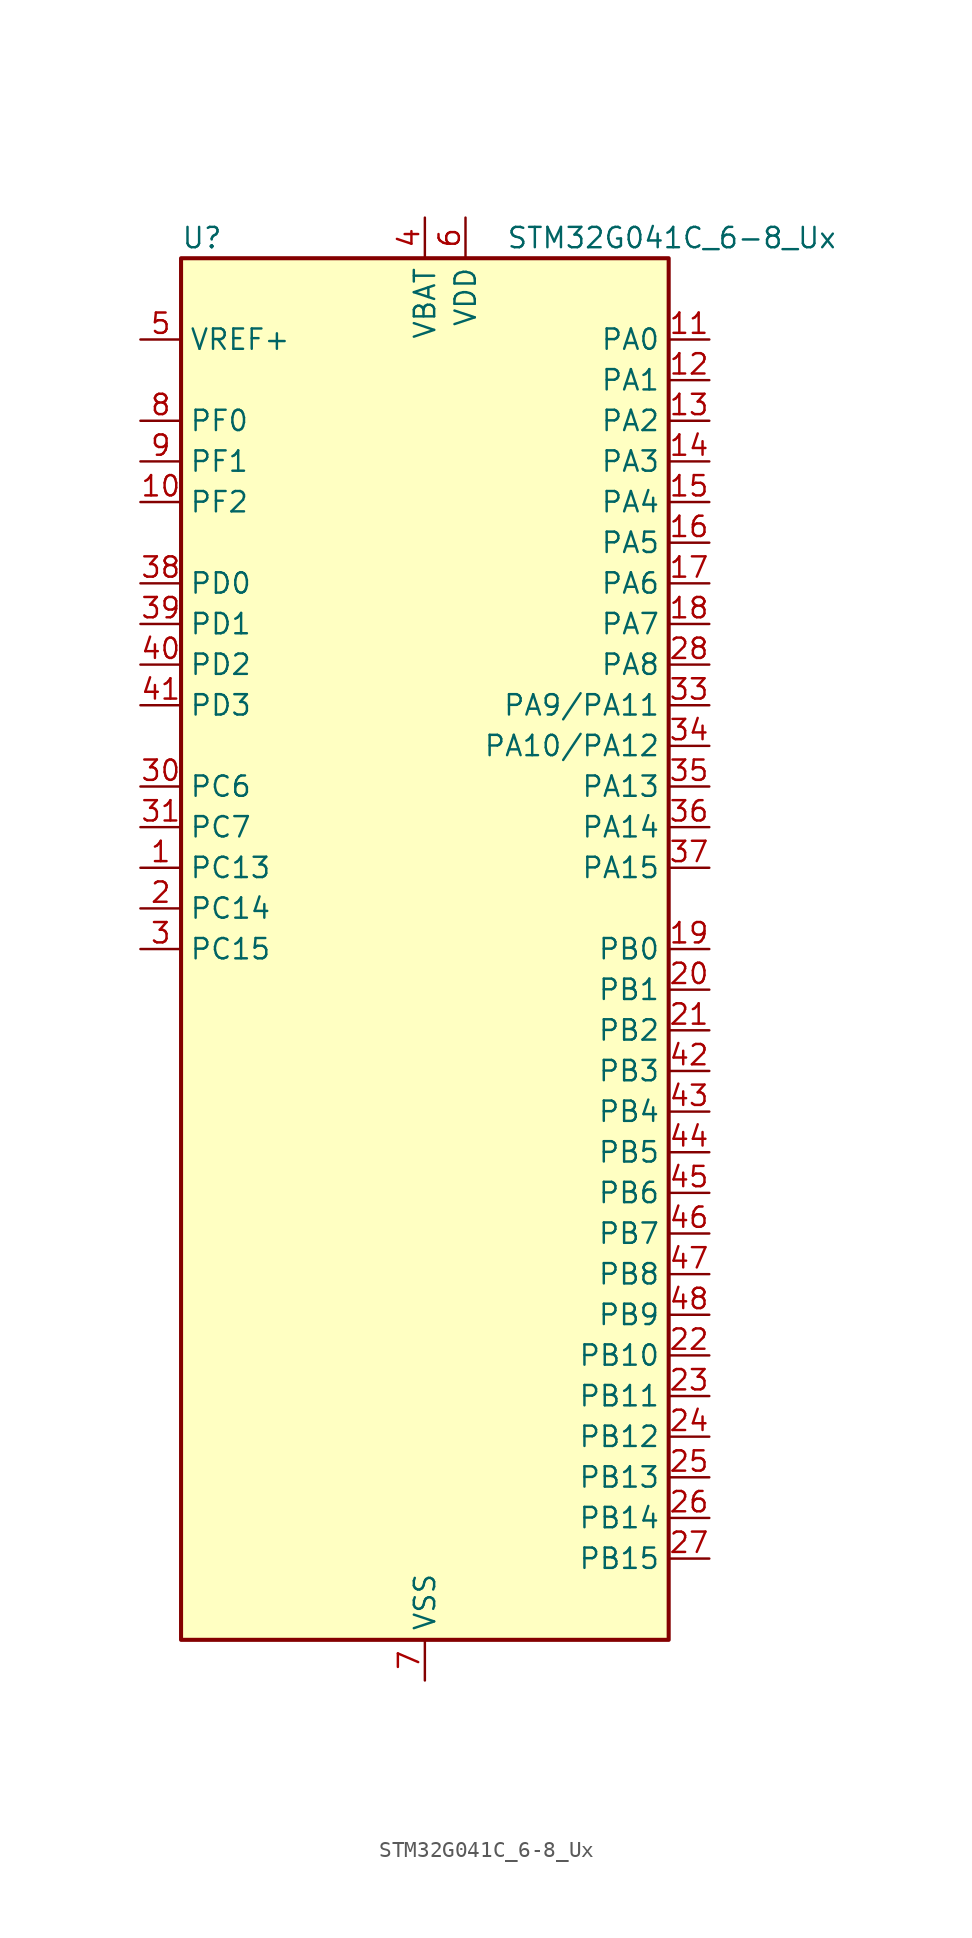
<source format=kicad_sym>
(kicad_symbol_lib
  (version 20241209)
  (generator "kicad_symbol_editor")
  (generator_version "9.0")
  (symbol "STM32G041C_6-8_Ux"
    (property "Reference" "U"
      (at -15.24 44.45 0)
      (effects (font (size 1.27 1.27)) (justify left)))
    (property "Value" "STM32G041C_6-8_Ux"
      (at 5.08 44.45 0)
      (effects (font (size 1.27 1.27)) (justify left)))
    (symbol "STM32G041C_6-8_Ux_0_1"
      (rectangle (start -15.24 -43.18) (end 15.24 43.18) (stroke (width 0.254) (type default)) (fill (type background))))
    (symbol "STM32G041C_6-8_Ux_1_1"
      (pin input line (at -17.78 38.1 0) (length 2.54) (name "VREF+" (effects (font (size 1.27 1.27)))) (number "5" (effects (font (size 1.27 1.27)))) (alternate "VREFBUF_OUT" bidirectional line))
      (pin bidirectional line (at -17.78 33.02 0) (length 2.54) (name "PF0" (effects (font (size 1.27 1.27)))) (number "8" (effects (font (size 1.27 1.27)))) (alternate "RCC_OSC_IN" bidirectional line) (alternate "TIM14_CH1" bidirectional line))
      (pin bidirectional line (at -17.78 30.48 0) (length 2.54) (name "PF1" (effects (font (size 1.27 1.27)))) (number "9" (effects (font (size 1.27 1.27)))) (alternate "RCC_OSC_EN" bidirectional line) (alternate "RCC_OSC_OUT" bidirectional line))
      (pin bidirectional line (at -17.78 27.94 0) (length 2.54) (name "PF2" (effects (font (size 1.27 1.27)))) (number "10" (effects (font (size 1.27 1.27)))) (alternate "RCC_MCO" bidirectional line))
      (pin bidirectional line (at -17.78 22.86 0) (length 2.54) (name "PD0" (effects (font (size 1.27 1.27)))) (number "38" (effects (font (size 1.27 1.27)))) (alternate "SPI2_NSS" bidirectional line) (alternate "TIM16_CH1" bidirectional line))
      (pin bidirectional line (at -17.78 20.32 0) (length 2.54) (name "PD1" (effects (font (size 1.27 1.27)))) (number "39" (effects (font (size 1.27 1.27)))) (alternate "SPI2_SCK" bidirectional line) (alternate "TIM17_CH1" bidirectional line))
      (pin bidirectional line (at -17.78 17.78 0) (length 2.54) (name "PD2" (effects (font (size 1.27 1.27)))) (number "40" (effects (font (size 1.27 1.27)))) (alternate "TIM1_CH1N" bidirectional line) (alternate "TIM3_ETR" bidirectional line))
      (pin bidirectional line (at -17.78 15.24 0) (length 2.54) (name "PD3" (effects (font (size 1.27 1.27)))) (number "41" (effects (font (size 1.27 1.27)))) (alternate "SPI2_MISO" bidirectional line) (alternate "TIM1_CH2N" bidirectional line) (alternate "USART2_CTS" bidirectional line) (alternate "USART2_NSS" bidirectional line))
      (pin bidirectional line (at -17.78 10.16 0) (length 2.54) (name "PC6" (effects (font (size 1.27 1.27)))) (number "30" (effects (font (size 1.27 1.27)))) (alternate "TIM2_CH3" bidirectional line) (alternate "TIM3_CH1" bidirectional line))
      (pin bidirectional line (at -17.78 7.62 0) (length 2.54) (name "PC7" (effects (font (size 1.27 1.27)))) (number "31" (effects (font (size 1.27 1.27)))) (alternate "TIM2_CH4" bidirectional line) (alternate "TIM3_CH2" bidirectional line))
      (pin bidirectional line (at -17.78 5.08 0) (length 2.54) (name "PC13" (effects (font (size 1.27 1.27)))) (number "1" (effects (font (size 1.27 1.27)))) (alternate "RTC_OUT_ALARM" bidirectional line) (alternate "RTC_OUT_CALIB" bidirectional line) (alternate "RTC_TAMP_IN1" bidirectional line) (alternate "RTC_TS" bidirectional line) (alternate "SYS_WKUP2" bidirectional line) (alternate "TIM1_BK" bidirectional line))
      (pin bidirectional line (at -17.78 2.54 0) (length 2.54) (name "PC14" (effects (font (size 1.27 1.27)))) (number "2" (effects (font (size 1.27 1.27)))) (alternate "RCC_OSC32_IN" bidirectional line) (alternate "TIM1_BK2" bidirectional line))
      (pin bidirectional line (at -17.78 0 0) (length 2.54) (name "PC15" (effects (font (size 1.27 1.27)))) (number "3" (effects (font (size 1.27 1.27)))) (alternate "RCC_OSC32_EN" bidirectional line) (alternate "RCC_OSC32_OUT" bidirectional line) (alternate "RCC_OSC_EN" bidirectional line))
      (pin no_connect line (at -15.24 -40.64 0) (length 2.54) (hide yes) (name "NC/PA10" (effects (font (size 1.27 1.27)))) (number "32" (effects (font (size 1.27 1.27)))) (alternate "I2C1_SDA (PA10)" bidirectional line) (alternate "NC" bidirectional line) (alternate "PA10" bidirectional line) (alternate "SPI2_MOSI (PA10)" bidirectional line) (alternate "TIM17_BK (PA10)" bidirectional line) (alternate "TIM1_CH3 (PA10)" bidirectional line) (alternate "USART1_RX (PA10)" bidirectional line))
      (pin no_connect line (at -15.24 -43.18 0) (length 2.54) (hide yes) (name "NC/PA9" (effects (font (size 1.27 1.27)))) (number "29" (effects (font (size 1.27 1.27)))) (alternate "I2C1_SCL (PA9)" bidirectional line) (alternate "NC" bidirectional line) (alternate "PA9" bidirectional line) (alternate "RCC_MCO (PA9)" bidirectional line) (alternate "SPI2_MISO (PA9)" bidirectional line) (alternate "TIM1_CH2 (PA9)" bidirectional line) (alternate "USART1_TX (PA9)" bidirectional line))
      (pin power_in line (at 0 45.72 270) (length 2.54) (name "VBAT" (effects (font (size 1.27 1.27)))) (number "4" (effects (font (size 1.27 1.27)))))
      (pin passive line (at 0 -45.72 90) (length 2.54) (hide yes) (name "VSS" (effects (font (size 1.27 1.27)))) (number "49" (effects (font (size 1.27 1.27)))))
      (pin power_in line (at 0 -45.72 90) (length 2.54) (name "VSS" (effects (font (size 1.27 1.27)))) (number "7" (effects (font (size 1.27 1.27)))))
      (pin power_in line (at 2.54 45.72 270) (length 2.54) (name "VDD" (effects (font (size 1.27 1.27)))) (number "6" (effects (font (size 1.27 1.27)))))
      (pin bidirectional line (at 17.78 38.1 180) (length 2.54) (name "PA0" (effects (font (size 1.27 1.27)))) (number "11" (effects (font (size 1.27 1.27)))) (alternate "ADC1_IN0" bidirectional line) (alternate "LPTIM1_OUT" bidirectional line) (alternate "RTC_TAMP_IN2" bidirectional line) (alternate "SPI2_SCK" bidirectional line) (alternate "SYS_WKUP1" bidirectional line) (alternate "TIM2_CH1" bidirectional line) (alternate "TIM2_ETR" bidirectional line) (alternate "USART2_CTS" bidirectional line) (alternate "USART2_NSS" bidirectional line))
      (pin bidirectional line (at 17.78 35.56 180) (length 2.54) (name "PA1" (effects (font (size 1.27 1.27)))) (number "12" (effects (font (size 1.27 1.27)))) (alternate "ADC1_IN1" bidirectional line) (alternate "I2C1_SMBA" bidirectional line) (alternate "I2S1_CK" bidirectional line) (alternate "SPI1_SCK" bidirectional line) (alternate "TIM2_CH2" bidirectional line) (alternate "USART2_CK" bidirectional line) (alternate "USART2_DE" bidirectional line) (alternate "USART2_RTS" bidirectional line))
      (pin bidirectional line (at 17.78 33.02 180) (length 2.54) (name "PA2" (effects (font (size 1.27 1.27)))) (number "13" (effects (font (size 1.27 1.27)))) (alternate "ADC1_IN2" bidirectional line) (alternate "I2S1_SD" bidirectional line) (alternate "LPUART1_TX" bidirectional line) (alternate "RCC_LSCO" bidirectional line) (alternate "SPI1_MOSI" bidirectional line) (alternate "SYS_WKUP4" bidirectional line) (alternate "TIM2_CH3" bidirectional line) (alternate "USART2_TX" bidirectional line))
      (pin bidirectional line (at 17.78 30.48 180) (length 2.54) (name "PA3" (effects (font (size 1.27 1.27)))) (number "14" (effects (font (size 1.27 1.27)))) (alternate "ADC1_IN3" bidirectional line) (alternate "LPUART1_RX" bidirectional line) (alternate "SPI2_MISO" bidirectional line) (alternate "TIM2_CH4" bidirectional line) (alternate "USART2_RX" bidirectional line))
      (pin bidirectional line (at 17.78 27.94 180) (length 2.54) (name "PA4" (effects (font (size 1.27 1.27)))) (number "15" (effects (font (size 1.27 1.27)))) (alternate "ADC1_IN4" bidirectional line) (alternate "I2S1_WS" bidirectional line) (alternate "LPTIM2_OUT" bidirectional line) (alternate "RTC_OUT_ALARM" bidirectional line) (alternate "RTC_OUT_CALIB" bidirectional line) (alternate "SPI1_NSS" bidirectional line) (alternate "SPI2_MOSI" bidirectional line) (alternate "TIM14_CH1" bidirectional line))
      (pin bidirectional line (at 17.78 25.4 180) (length 2.54) (name "PA5" (effects (font (size 1.27 1.27)))) (number "16" (effects (font (size 1.27 1.27)))) (alternate "ADC1_IN5" bidirectional line) (alternate "I2S1_CK" bidirectional line) (alternate "LPTIM2_ETR" bidirectional line) (alternate "SPI1_SCK" bidirectional line) (alternate "TIM2_CH1" bidirectional line) (alternate "TIM2_ETR" bidirectional line))
      (pin bidirectional line (at 17.78 22.86 180) (length 2.54) (name "PA6" (effects (font (size 1.27 1.27)))) (number "17" (effects (font (size 1.27 1.27)))) (alternate "ADC1_IN6" bidirectional line) (alternate "I2S1_MCK" bidirectional line) (alternate "LPUART1_CTS" bidirectional line) (alternate "SPI1_MISO" bidirectional line) (alternate "TIM16_CH1" bidirectional line) (alternate "TIM1_BK" bidirectional line) (alternate "TIM3_CH1" bidirectional line))
      (pin bidirectional line (at 17.78 20.32 180) (length 2.54) (name "PA7" (effects (font (size 1.27 1.27)))) (number "18" (effects (font (size 1.27 1.27)))) (alternate "ADC1_IN7" bidirectional line) (alternate "I2S1_SD" bidirectional line) (alternate "SPI1_MOSI" bidirectional line) (alternate "TIM14_CH1" bidirectional line) (alternate "TIM17_CH1" bidirectional line) (alternate "TIM1_CH1N" bidirectional line) (alternate "TIM3_CH2" bidirectional line))
      (pin bidirectional line (at 17.78 17.78 180) (length 2.54) (name "PA8" (effects (font (size 1.27 1.27)))) (number "28" (effects (font (size 1.27 1.27)))) (alternate "LPTIM2_OUT" bidirectional line) (alternate "RCC_MCO" bidirectional line) (alternate "SPI2_NSS" bidirectional line) (alternate "TIM1_CH1" bidirectional line))
      (pin bidirectional line (at 17.78 15.24 180) (length 2.54) (name "PA9/PA11" (effects (font (size 1.27 1.27)))) (number "33" (effects (font (size 1.27 1.27)))) (alternate "ADC1_EXTI11 (PA11)" bidirectional line) (alternate "I2C1_SCL (PA9)" bidirectional line) (alternate "I2C2_SCL (PA11)" bidirectional line) (alternate "I2S1_MCK (PA11)" bidirectional line) (alternate "PA11" bidirectional line) (alternate "PA9" bidirectional line) (alternate "RCC_MCO (PA9)" bidirectional line) (alternate "SPI1_MISO (PA11)" bidirectional line) (alternate "SPI2_MISO (PA9)" bidirectional line) (alternate "TIM1_BK2 (PA11)" bidirectional line) (alternate "TIM1_CH2 (PA9)" bidirectional line) (alternate "TIM1_CH4 (PA11)" bidirectional line) (alternate "USART1_CTS (PA11)" bidirectional line) (alternate "USART1_NSS (PA11)" bidirectional line) (alternate "USART1_TX (PA9)" bidirectional line))
      (pin bidirectional line (at 17.78 12.7 180) (length 2.54) (name "PA10/PA12" (effects (font (size 1.27 1.27)))) (number "34" (effects (font (size 1.27 1.27)))) (alternate "I2C1_SDA (PA10)" bidirectional line) (alternate "I2C2_SDA (PA12)" bidirectional line) (alternate "I2S1_SD (PA12)" bidirectional line) (alternate "I2S_CKIN (PA12)" bidirectional line) (alternate "PA10" bidirectional line) (alternate "PA12" bidirectional line) (alternate "SPI1_MOSI (PA12)" bidirectional line) (alternate "SPI2_MOSI (PA10)" bidirectional line) (alternate "TIM17_BK (PA10)" bidirectional line) (alternate "TIM1_CH3 (PA10)" bidirectional line) (alternate "TIM1_ETR (PA12)" bidirectional line) (alternate "USART1_CK (PA12)" bidirectional line) (alternate "USART1_DE (PA12)" bidirectional line) (alternate "USART1_RTS (PA12)" bidirectional line) (alternate "USART1_RX (PA10)" bidirectional line))
      (pin bidirectional line (at 17.78 10.16 180) (length 2.54) (name "PA13" (effects (font (size 1.27 1.27)))) (number "35" (effects (font (size 1.27 1.27)))) (alternate "ADC1_IN17" bidirectional line) (alternate "IR_OUT" bidirectional line) (alternate "SYS_SWDIO" bidirectional line))
      (pin bidirectional line (at 17.78 7.62 180) (length 2.54) (name "PA14" (effects (font (size 1.27 1.27)))) (number "36" (effects (font (size 1.27 1.27)))) (alternate "ADC1_IN18" bidirectional line) (alternate "SYS_SWCLK" bidirectional line) (alternate "USART2_TX" bidirectional line))
      (pin bidirectional line (at 17.78 5.08 180) (length 2.54) (name "PA15" (effects (font (size 1.27 1.27)))) (number "37" (effects (font (size 1.27 1.27)))) (alternate "I2S1_WS" bidirectional line) (alternate "SPI1_NSS" bidirectional line) (alternate "TIM2_CH1" bidirectional line) (alternate "TIM2_ETR" bidirectional line) (alternate "USART2_RX" bidirectional line))
      (pin bidirectional line (at 17.78 0 180) (length 2.54) (name "PB0" (effects (font (size 1.27 1.27)))) (number "19" (effects (font (size 1.27 1.27)))) (alternate "ADC1_IN8" bidirectional line) (alternate "I2S1_WS" bidirectional line) (alternate "LPTIM1_OUT" bidirectional line) (alternate "SPI1_NSS" bidirectional line) (alternate "TIM1_CH2N" bidirectional line) (alternate "TIM3_CH3" bidirectional line))
      (pin bidirectional line (at 17.78 -2.54 180) (length 2.54) (name "PB1" (effects (font (size 1.27 1.27)))) (number "20" (effects (font (size 1.27 1.27)))) (alternate "ADC1_IN9" bidirectional line) (alternate "LPTIM2_IN1" bidirectional line) (alternate "LPUART1_DE" bidirectional line) (alternate "LPUART1_RTS" bidirectional line) (alternate "TIM14_CH1" bidirectional line) (alternate "TIM1_CH3N" bidirectional line) (alternate "TIM3_CH4" bidirectional line))
      (pin bidirectional line (at 17.78 -5.08 180) (length 2.54) (name "PB2" (effects (font (size 1.27 1.27)))) (number "21" (effects (font (size 1.27 1.27)))) (alternate "ADC1_IN10" bidirectional line) (alternate "LPTIM1_OUT" bidirectional line) (alternate "SPI2_MISO" bidirectional line))
      (pin bidirectional line (at 17.78 -7.62 180) (length 2.54) (name "PB3" (effects (font (size 1.27 1.27)))) (number "42" (effects (font (size 1.27 1.27)))) (alternate "I2S1_CK" bidirectional line) (alternate "SPI1_SCK" bidirectional line) (alternate "TIM1_CH2" bidirectional line) (alternate "TIM2_CH2" bidirectional line) (alternate "USART1_CK" bidirectional line) (alternate "USART1_DE" bidirectional line) (alternate "USART1_RTS" bidirectional line))
      (pin bidirectional line (at 17.78 -10.16 180) (length 2.54) (name "PB4" (effects (font (size 1.27 1.27)))) (number "43" (effects (font (size 1.27 1.27)))) (alternate "I2S1_MCK" bidirectional line) (alternate "SPI1_MISO" bidirectional line) (alternate "TIM17_BK" bidirectional line) (alternate "TIM3_CH1" bidirectional line) (alternate "USART1_CTS" bidirectional line) (alternate "USART1_NSS" bidirectional line))
      (pin bidirectional line (at 17.78 -12.7 180) (length 2.54) (name "PB5" (effects (font (size 1.27 1.27)))) (number "44" (effects (font (size 1.27 1.27)))) (alternate "I2C1_SMBA" bidirectional line) (alternate "I2S1_SD" bidirectional line) (alternate "LPTIM1_IN1" bidirectional line) (alternate "SPI1_MOSI" bidirectional line) (alternate "SYS_WKUP6" bidirectional line) (alternate "TIM16_BK" bidirectional line) (alternate "TIM3_CH2" bidirectional line))
      (pin bidirectional line (at 17.78 -15.24 180) (length 2.54) (name "PB6" (effects (font (size 1.27 1.27)))) (number "45" (effects (font (size 1.27 1.27)))) (alternate "I2C1_SCL" bidirectional line) (alternate "LPTIM1_ETR" bidirectional line) (alternate "SPI2_MISO" bidirectional line) (alternate "TIM16_CH1N" bidirectional line) (alternate "TIM1_CH3" bidirectional line) (alternate "USART1_TX" bidirectional line))
      (pin bidirectional line (at 17.78 -17.78 180) (length 2.54) (name "PB7" (effects (font (size 1.27 1.27)))) (number "46" (effects (font (size 1.27 1.27)))) (alternate "I2C1_SDA" bidirectional line) (alternate "LPTIM1_IN2" bidirectional line) (alternate "SPI2_MOSI" bidirectional line) (alternate "SYS_PVD_IN" bidirectional line) (alternate "TIM17_CH1N" bidirectional line) (alternate "USART1_RX" bidirectional line))
      (pin bidirectional line (at 17.78 -20.32 180) (length 2.54) (name "PB8" (effects (font (size 1.27 1.27)))) (number "47" (effects (font (size 1.27 1.27)))) (alternate "I2C1_SCL" bidirectional line) (alternate "SPI2_SCK" bidirectional line) (alternate "TIM16_CH1" bidirectional line))
      (pin bidirectional line (at 17.78 -22.86 180) (length 2.54) (name "PB9" (effects (font (size 1.27 1.27)))) (number "48" (effects (font (size 1.27 1.27)))) (alternate "I2C1_SDA" bidirectional line) (alternate "IR_OUT" bidirectional line) (alternate "SPI2_NSS" bidirectional line) (alternate "TIM17_CH1" bidirectional line))
      (pin bidirectional line (at 17.78 -25.4 180) (length 2.54) (name "PB10" (effects (font (size 1.27 1.27)))) (number "22" (effects (font (size 1.27 1.27)))) (alternate "ADC1_IN11" bidirectional line) (alternate "I2C2_SCL" bidirectional line) (alternate "LPUART1_RX" bidirectional line) (alternate "SPI2_SCK" bidirectional line) (alternate "TIM2_CH3" bidirectional line))
      (pin bidirectional line (at 17.78 -27.94 180) (length 2.54) (name "PB11" (effects (font (size 1.27 1.27)))) (number "23" (effects (font (size 1.27 1.27)))) (alternate "ADC1_EXTI11" bidirectional line) (alternate "ADC1_IN15" bidirectional line) (alternate "I2C2_SDA" bidirectional line) (alternate "LPUART1_TX" bidirectional line) (alternate "SPI2_MOSI" bidirectional line) (alternate "TIM2_CH4" bidirectional line))
      (pin bidirectional line (at 17.78 -30.48 180) (length 2.54) (name "PB12" (effects (font (size 1.27 1.27)))) (number "24" (effects (font (size 1.27 1.27)))) (alternate "ADC1_IN16" bidirectional line) (alternate "LPUART1_DE" bidirectional line) (alternate "LPUART1_RTS" bidirectional line) (alternate "SPI2_NSS" bidirectional line) (alternate "TIM1_BK" bidirectional line))
      (pin bidirectional line (at 17.78 -33.02 180) (length 2.54) (name "PB13" (effects (font (size 1.27 1.27)))) (number "25" (effects (font (size 1.27 1.27)))) (alternate "I2C2_SCL" bidirectional line) (alternate "LPUART1_CTS" bidirectional line) (alternate "SPI2_SCK" bidirectional line) (alternate "TIM1_CH1N" bidirectional line))
      (pin bidirectional line (at 17.78 -35.56 180) (length 2.54) (name "PB14" (effects (font (size 1.27 1.27)))) (number "26" (effects (font (size 1.27 1.27)))) (alternate "I2C2_SDA" bidirectional line) (alternate "SPI2_MISO" bidirectional line) (alternate "TIM1_CH2N" bidirectional line))
      (pin bidirectional line (at 17.78 -38.1 180) (length 2.54) (name "PB15" (effects (font (size 1.27 1.27)))) (number "27" (effects (font (size 1.27 1.27)))) (alternate "RTC_REFIN" bidirectional line) (alternate "SPI2_MOSI" bidirectional line) (alternate "TIM1_CH3N" bidirectional line)))))
</source>
